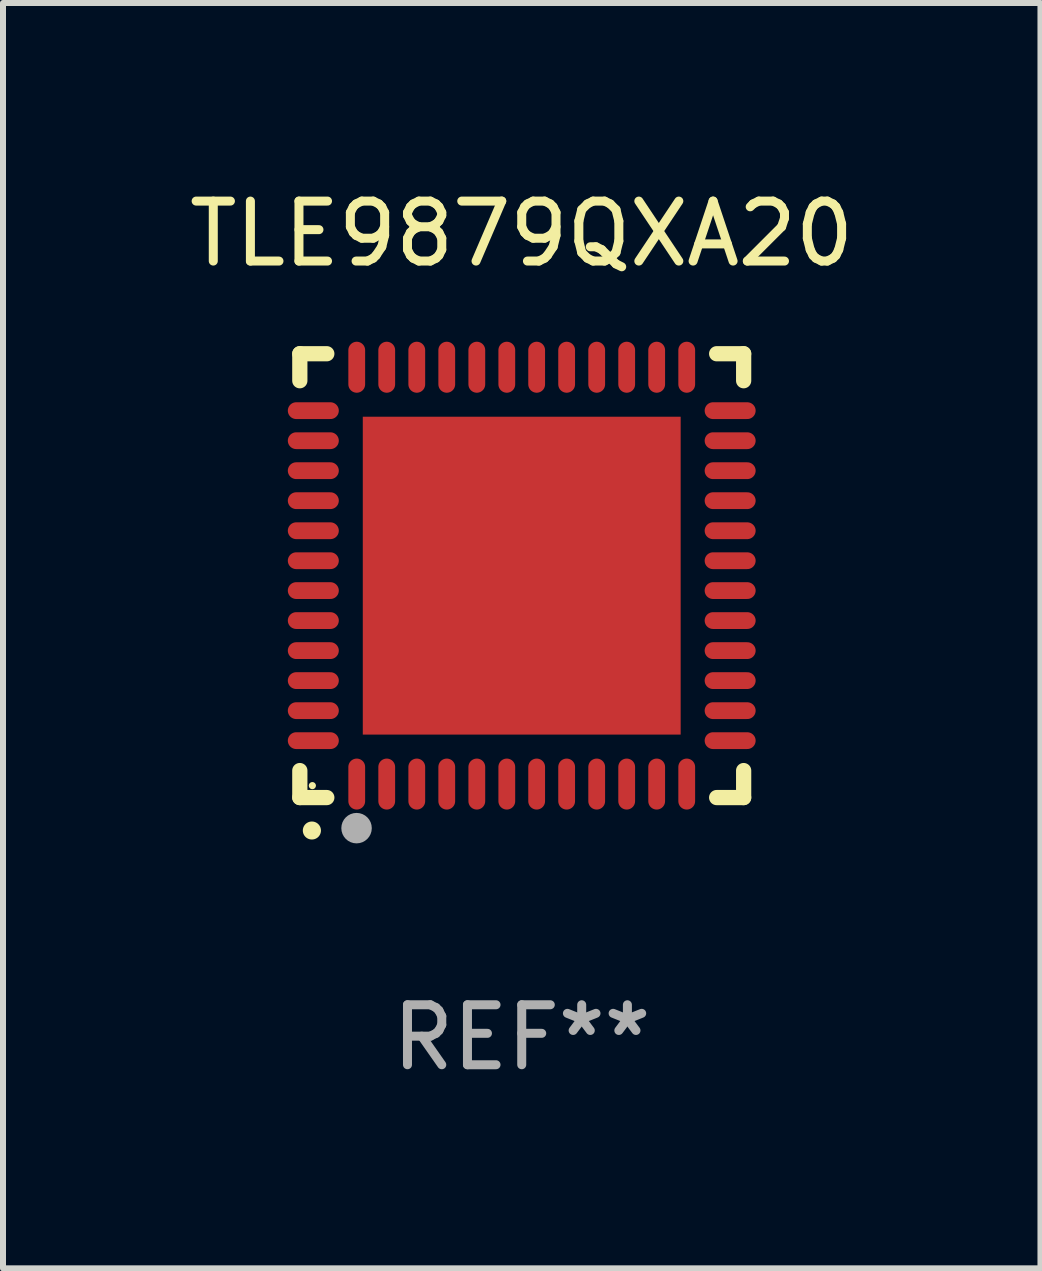
<source format=kicad_pcb>
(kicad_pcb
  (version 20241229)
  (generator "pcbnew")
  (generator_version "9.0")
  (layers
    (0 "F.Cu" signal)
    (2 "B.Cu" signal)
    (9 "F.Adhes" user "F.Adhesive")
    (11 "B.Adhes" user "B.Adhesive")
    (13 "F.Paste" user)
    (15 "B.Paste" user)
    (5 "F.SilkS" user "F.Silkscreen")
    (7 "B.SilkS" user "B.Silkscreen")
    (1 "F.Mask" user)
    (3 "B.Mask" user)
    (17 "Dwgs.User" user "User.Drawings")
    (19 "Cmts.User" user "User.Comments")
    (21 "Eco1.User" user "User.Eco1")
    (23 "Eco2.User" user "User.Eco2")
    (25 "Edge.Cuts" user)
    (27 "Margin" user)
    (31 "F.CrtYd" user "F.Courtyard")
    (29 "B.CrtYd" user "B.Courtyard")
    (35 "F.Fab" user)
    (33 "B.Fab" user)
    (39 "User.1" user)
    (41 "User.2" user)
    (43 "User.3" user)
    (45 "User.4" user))
  (footprint "TLE9879QXA20"
    (layer "F.Cu")
    (at 5.649 6.548)
    (property "Reference" "TLE9879QXA20" (at 0 -5.7 0) (layer "F.SilkS") (effects (font (size 1 1) (thickness 0.15))))
    (attr through_hole)
    (fp_line (start -3.7 -3.7) (end -3.25 -3.7) (stroke (width 0.254) (type solid)) (layer "F.SilkS"))
    (fp_line (start -3.7 -3.25) (end -3.7 -3.7) (stroke (width 0.254) (type solid)) (layer "F.SilkS"))
    (fp_line (start -3.7 3.7) (end -3.7 3.25) (stroke (width 0.254) (type solid)) (layer "F.SilkS"))
    (fp_line (start -3.25 3.7) (end -3.7 3.7) (stroke (width 0.254) (type solid)) (layer "F.SilkS"))
    (fp_line (start 3.25 3.7) (end 3.7 3.7) (stroke (width 0.254) (type solid)) (layer "F.SilkS"))
    (fp_line (start 3.7 -3.7) (end 3.25 -3.7) (stroke (width 0.254) (type solid)) (layer "F.SilkS"))
    (fp_line (start 3.7 -3.25) (end 3.7 -3.7) (stroke (width 0.254) (type solid)) (layer "F.SilkS"))
    (fp_line (start 3.7 3.7) (end 3.7 3.25) (stroke (width 0.254) (type solid)) (layer "F.SilkS"))
    (fp_arc (start -3.500127 4.249428) (mid -3.498857 4.249423) (end -3.497587 4.249428) (stroke (width 0.3) (type solid)) (layer "F.SilkS"))
    (fp_circle (center -3.491 3.501) (end -3.461 3.501) (stroke (width 0.06) (type solid)) (fill no) (layer "F.SilkS"))
    (fp_circle (center -2.754 4.21) (end -2.627 4.21) (stroke (width 0.254) (type solid)) (fill no) (layer "F.Fab"))
    (fp_text user "REF**" (at 0 7.7 0) (layer "F.Fab") (effects (font (size 1 1) (thickness 0.15))))
    (pad "1" smd oval (at -2.751 3.475) (size 0.28 0.85) (layers "F.Cu" "F.Mask" "F.Paste"))
    (pad "2" smd oval (at -2.251 3.475) (size 0.28 0.85) (layers "F.Cu" "F.Mask" "F.Paste"))
    (pad "3" smd oval (at -1.75 3.475) (size 0.28 0.85) (layers "F.Cu" "F.Mask" "F.Paste"))
    (pad "4" smd oval (at -1.25 3.475) (size 0.28 0.85) (layers "F.Cu" "F.Mask" "F.Paste"))
    (pad "5" smd oval (at -0.749 3.475) (size 0.28 0.85) (layers "F.Cu" "F.Mask" "F.Paste"))
    (pad "6" smd oval (at -0.249 3.475) (size 0.28 0.85) (layers "F.Cu" "F.Mask" "F.Paste"))
    (pad "7" smd oval (at 0.249 3.475) (size 0.28 0.85) (layers "F.Cu" "F.Mask" "F.Paste"))
    (pad "8" smd oval (at 0.749 3.475) (size 0.28 0.85) (layers "F.Cu" "F.Mask" "F.Paste"))
    (pad "9" smd oval (at 1.25 3.475) (size 0.28 0.85) (layers "F.Cu" "F.Mask" "F.Paste"))
    (pad "10" smd oval (at 1.75 3.475) (size 0.28 0.85) (layers "F.Cu" "F.Mask" "F.Paste"))
    (pad "11" smd oval (at 2.25 3.475) (size 0.28 0.85) (layers "F.Cu" "F.Mask" "F.Paste"))
    (pad "12" smd oval (at 2.751 3.475) (size 0.28 0.85) (layers "F.Cu" "F.Mask" "F.Paste"))
    (pad "13" smd oval (at 3.475 2.751) (size 0.85 0.28) (layers "F.Cu" "F.Mask" "F.Paste"))
    (pad "14" smd oval (at 3.475 2.251) (size 0.85 0.28) (layers "F.Cu" "F.Mask" "F.Paste"))
    (pad "15" smd oval (at 3.475 1.75) (size 0.85 0.28) (layers "F.Cu" "F.Mask" "F.Paste"))
    (pad "16" smd oval (at 3.475 1.25) (size 0.85 0.28) (layers "F.Cu" "F.Mask" "F.Paste"))
    (pad "17" smd oval (at 3.475 0.749) (size 0.85 0.28) (layers "F.Cu" "F.Mask" "F.Paste"))
    (pad "18" smd oval (at 3.475 0.249) (size 0.85 0.28) (layers "F.Cu" "F.Mask" "F.Paste"))
    (pad "19" smd oval (at 3.475 -0.249) (size 0.85 0.28) (layers "F.Cu" "F.Mask" "F.Paste"))
    (pad "20" smd oval (at 3.475 -0.749) (size 0.85 0.28) (layers "F.Cu" "F.Mask" "F.Paste"))
    (pad "21" smd oval (at 3.475 -1.25) (size 0.85 0.28) (layers "F.Cu" "F.Mask" "F.Paste"))
    (pad "22" smd oval (at 3.475 -1.75) (size 0.85 0.28) (layers "F.Cu" "F.Mask" "F.Paste"))
    (pad "23" smd oval (at 3.475 -2.25) (size 0.85 0.28) (layers "F.Cu" "F.Mask" "F.Paste"))
    (pad "24" smd oval (at 3.475 -2.751) (size 0.85 0.28) (layers "F.Cu" "F.Mask" "F.Paste"))
    (pad "25" smd oval (at 2.751 -3.475) (size 0.28 0.85) (layers "F.Cu" "F.Mask" "F.Paste"))
    (pad "26" smd oval (at 2.25 -3.475) (size 0.28 0.85) (layers "F.Cu" "F.Mask" "F.Paste"))
    (pad "27" smd oval (at 1.75 -3.475) (size 0.28 0.85) (layers "F.Cu" "F.Mask" "F.Paste"))
    (pad "28" smd oval (at 1.25 -3.475) (size 0.28 0.85) (layers "F.Cu" "F.Mask" "F.Paste"))
    (pad "29" smd oval (at 0.749 -3.475) (size 0.28 0.85) (layers "F.Cu" "F.Mask" "F.Paste"))
    (pad "30" smd oval (at 0.249 -3.475) (size 0.28 0.85) (layers "F.Cu" "F.Mask" "F.Paste"))
    (pad "31" smd oval (at -0.249 -3.475) (size 0.28 0.85) (layers "F.Cu" "F.Mask" "F.Paste"))
    (pad "32" smd oval (at -0.749 -3.475) (size 0.28 0.85) (layers "F.Cu" "F.Mask" "F.Paste"))
    (pad "33" smd oval (at -1.25 -3.475) (size 0.28 0.85) (layers "F.Cu" "F.Mask" "F.Paste"))
    (pad "34" smd oval (at -1.75 -3.475) (size 0.28 0.85) (layers "F.Cu" "F.Mask" "F.Paste"))
    (pad "35" smd oval (at -2.251 -3.475) (size 0.28 0.85) (layers "F.Cu" "F.Mask" "F.Paste"))
    (pad "36" smd oval (at -2.751 -3.475) (size 0.28 0.85) (layers "F.Cu" "F.Mask" "F.Paste"))
    (pad "37" smd oval (at -3.475 -2.751) (size 0.85 0.28) (layers "F.Cu" "F.Mask" "F.Paste"))
    (pad "38" smd oval (at -3.475 -2.25) (size 0.85 0.28) (layers "F.Cu" "F.Mask" "F.Paste"))
    (pad "39" smd oval (at -3.475 -1.75) (size 0.85 0.28) (layers "F.Cu" "F.Mask" "F.Paste"))
    (pad "40" smd oval (at -3.475 -1.25) (size 0.85 0.28) (layers "F.Cu" "F.Mask" "F.Paste"))
    (pad "41" smd oval (at -3.475 -0.749) (size 0.85 0.28) (layers "F.Cu" "F.Mask" "F.Paste"))
    (pad "42" smd oval (at -3.475 -0.249) (size 0.85 0.28) (layers "F.Cu" "F.Mask" "F.Paste"))
    (pad "43" smd oval (at -3.475 0.249) (size 0.85 0.28) (layers "F.Cu" "F.Mask" "F.Paste"))
    (pad "44" smd oval (at -3.475 0.749) (size 0.85 0.28) (layers "F.Cu" "F.Mask" "F.Paste"))
    (pad "45" smd oval (at -3.475 1.25) (size 0.85 0.28) (layers "F.Cu" "F.Mask" "F.Paste"))
    (pad "46" smd oval (at -3.475 1.75) (size 0.85 0.28) (layers "F.Cu" "F.Mask" "F.Paste"))
    (pad "47" smd oval (at -3.475 2.251) (size 0.85 0.28) (layers "F.Cu" "F.Mask" "F.Paste"))
    (pad "48" smd oval (at -3.475 2.751) (size 0.85 0.28) (layers "F.Cu" "F.Mask" "F.Paste"))
    (pad "49" smd rect (at -0.000102 0.000102) (size 5.3 5.3) (layers "F.Cu" "F.Mask" "F.Paste")))
  (gr_rect
    (start -3 -3)
    (end 14.298 18.097)
    (stroke (width 0.1) (type default))
    (fill no)
    (layer "Edge.Cuts")))
</source>
